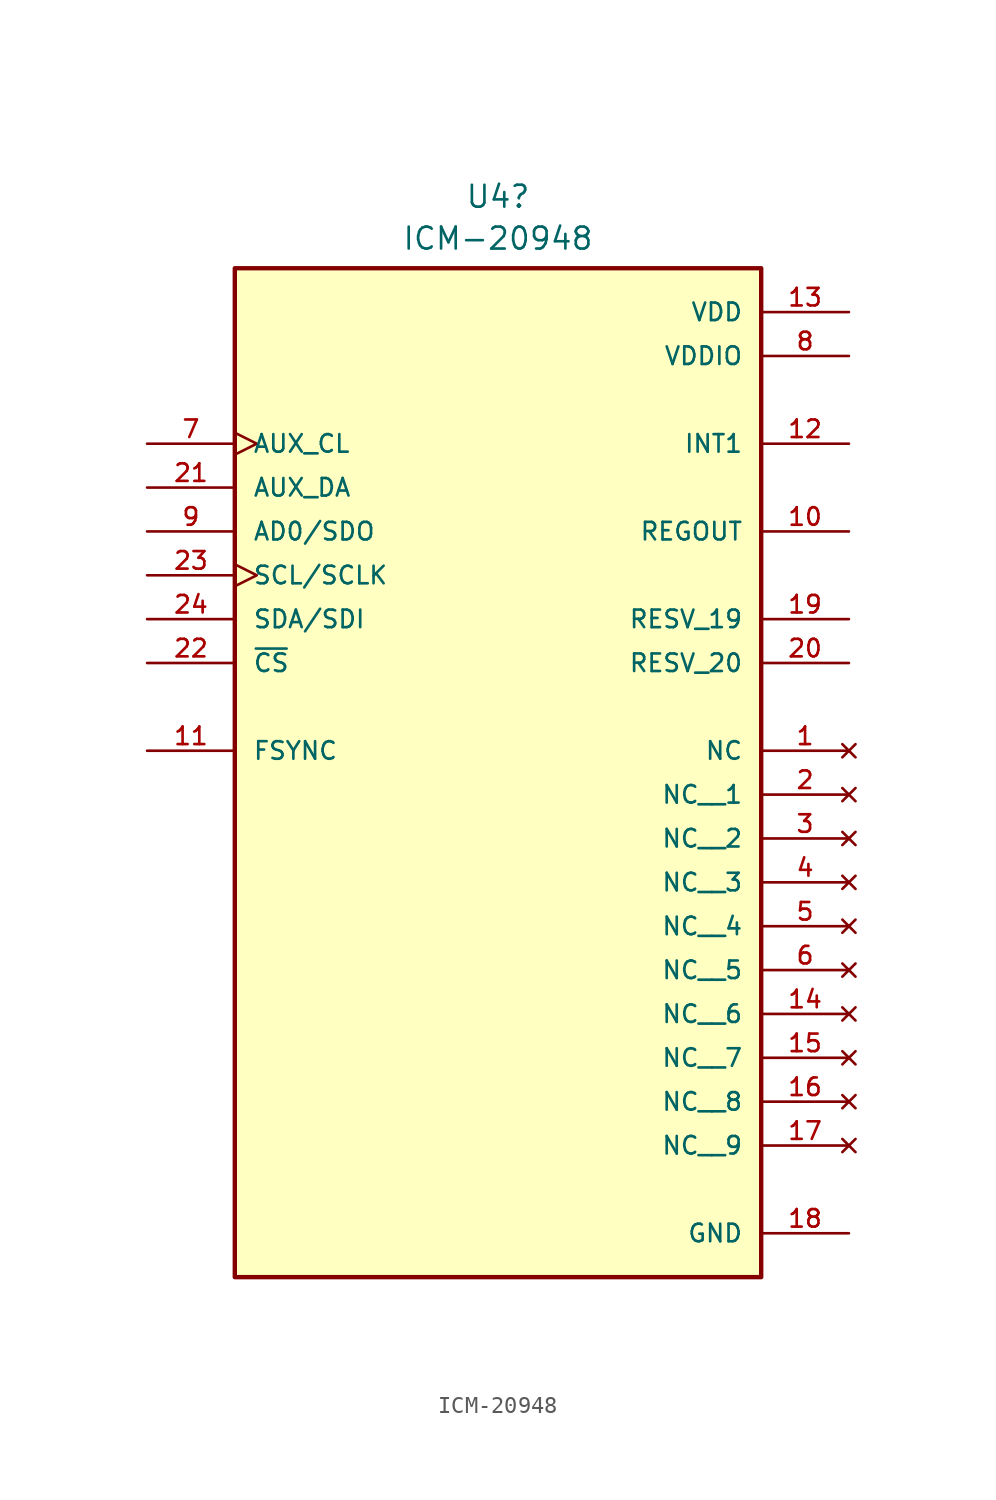
<source format=kicad_sym>
(kicad_symbol_lib
  (version 20220914)
  (generator kicad_symbol_editor)
  (symbol "ICM-20948"
    (pin_names
      (offset 1.016))
    (property "Reference" "U4"
      (at 0 21.924 0)
      (effects (font (size 1.27 1.27))))
    (property "Value" "ICM-20948"
      (at 0 19.5 0)
      (effects (font (size 1.27 1.27))))
    (symbol "ICM-20948_0_0"
      (rectangle (start -15.24 -40.64) (end 15.24 17.78) (stroke (width 0.254) (type default)) (fill (type background)))
      (pin no_connect line (at 20.32 -10.16 180) (length 5.08) (name "NC" (effects (font (size 1.016 1.016)))) (number "1" (effects (font (size 1.016 1.016)))))
      (pin output line (at 20.32 2.54 180) (length 5.08) (name "REGOUT" (effects (font (size 1.016 1.016)))) (number "10" (effects (font (size 1.016 1.016)))))
      (pin input line (at -20.32 -10.16 0) (length 5.08) (name "FSYNC" (effects (font (size 1.016 1.016)))) (number "11" (effects (font (size 1.016 1.016)))))
      (pin output line (at 20.32 7.62 180) (length 5.08) (name "INT1" (effects (font (size 1.016 1.016)))) (number "12" (effects (font (size 1.016 1.016)))))
      (pin power_in line (at 20.32 15.24 180) (length 5.08) (name "VDD" (effects (font (size 1.016 1.016)))) (number "13" (effects (font (size 1.016 1.016)))))
      (pin no_connect line (at 20.32 -25.4 180) (length 5.08) (name "NC__6" (effects (font (size 1.016 1.016)))) (number "14" (effects (font (size 1.016 1.016)))))
      (pin no_connect line (at 20.32 -27.94 180) (length 5.08) (name "NC__7" (effects (font (size 1.016 1.016)))) (number "15" (effects (font (size 1.016 1.016)))))
      (pin no_connect line (at 20.32 -30.48 180) (length 5.08) (name "NC__8" (effects (font (size 1.016 1.016)))) (number "16" (effects (font (size 1.016 1.016)))))
      (pin no_connect line (at 20.32 -33.02 180) (length 5.08) (name "NC__9" (effects (font (size 1.016 1.016)))) (number "17" (effects (font (size 1.016 1.016)))))
      (pin power_in line (at 20.32 -38.1 180) (length 5.08) (name "GND" (effects (font (size 1.016 1.016)))) (number "18" (effects (font (size 1.016 1.016)))))
      (pin passive line (at 20.32 -2.54 180) (length 5.08) (name "RESV_19" (effects (font (size 1.016 1.016)))) (number "19" (effects (font (size 1.016 1.016)))))
      (pin no_connect line (at 20.32 -12.7 180) (length 5.08) (name "NC__1" (effects (font (size 1.016 1.016)))) (number "2" (effects (font (size 1.016 1.016)))))
      (pin passive line (at 20.32 -5.08 180) (length 5.08) (name "RESV_20" (effects (font (size 1.016 1.016)))) (number "20" (effects (font (size 1.016 1.016)))))
      (pin bidirectional line (at -20.32 5.08 0) (length 5.08) (name "AUX_DA" (effects (font (size 1.016 1.016)))) (number "21" (effects (font (size 1.016 1.016)))))
      (pin input line (at -20.32 -5.08 0) (length 5.08) (name "~{CS}" (effects (font (size 1.016 1.016)))) (number "22" (effects (font (size 1.016 1.016)))))
      (pin input clock (at -20.32 0 0) (length 5.08) (name "SCL/SCLK" (effects (font (size 1.016 1.016)))) (number "23" (effects (font (size 1.016 1.016)))))
      (pin bidirectional line (at -20.32 -2.54 0) (length 5.08) (name "SDA/SDI" (effects (font (size 1.016 1.016)))) (number "24" (effects (font (size 1.016 1.016)))))
      (pin no_connect line (at 20.32 -15.24 180) (length 5.08) (name "NC__2" (effects (font (size 1.016 1.016)))) (number "3" (effects (font (size 1.016 1.016)))))
      (pin no_connect line (at 20.32 -17.78 180) (length 5.08) (name "NC__3" (effects (font (size 1.016 1.016)))) (number "4" (effects (font (size 1.016 1.016)))))
      (pin no_connect line (at 20.32 -20.32 180) (length 5.08) (name "NC__4" (effects (font (size 1.016 1.016)))) (number "5" (effects (font (size 1.016 1.016)))))
      (pin no_connect line (at 20.32 -22.86 180) (length 5.08) (name "NC__5" (effects (font (size 1.016 1.016)))) (number "6" (effects (font (size 1.016 1.016)))))
      (pin input clock (at -20.32 7.62 0) (length 5.08) (name "AUX_CL" (effects (font (size 1.016 1.016)))) (number "7" (effects (font (size 1.016 1.016)))))
      (pin power_in line (at 20.32 12.7 180) (length 5.08) (name "VDDIO" (effects (font (size 1.016 1.016)))) (number "8" (effects (font (size 1.016 1.016)))))
      (pin bidirectional line (at -20.32 2.54 0) (length 5.08) (name "AD0/SDO" (effects (font (size 1.016 1.016)))) (number "9" (effects (font (size 1.016 1.016))))))))
</source>
